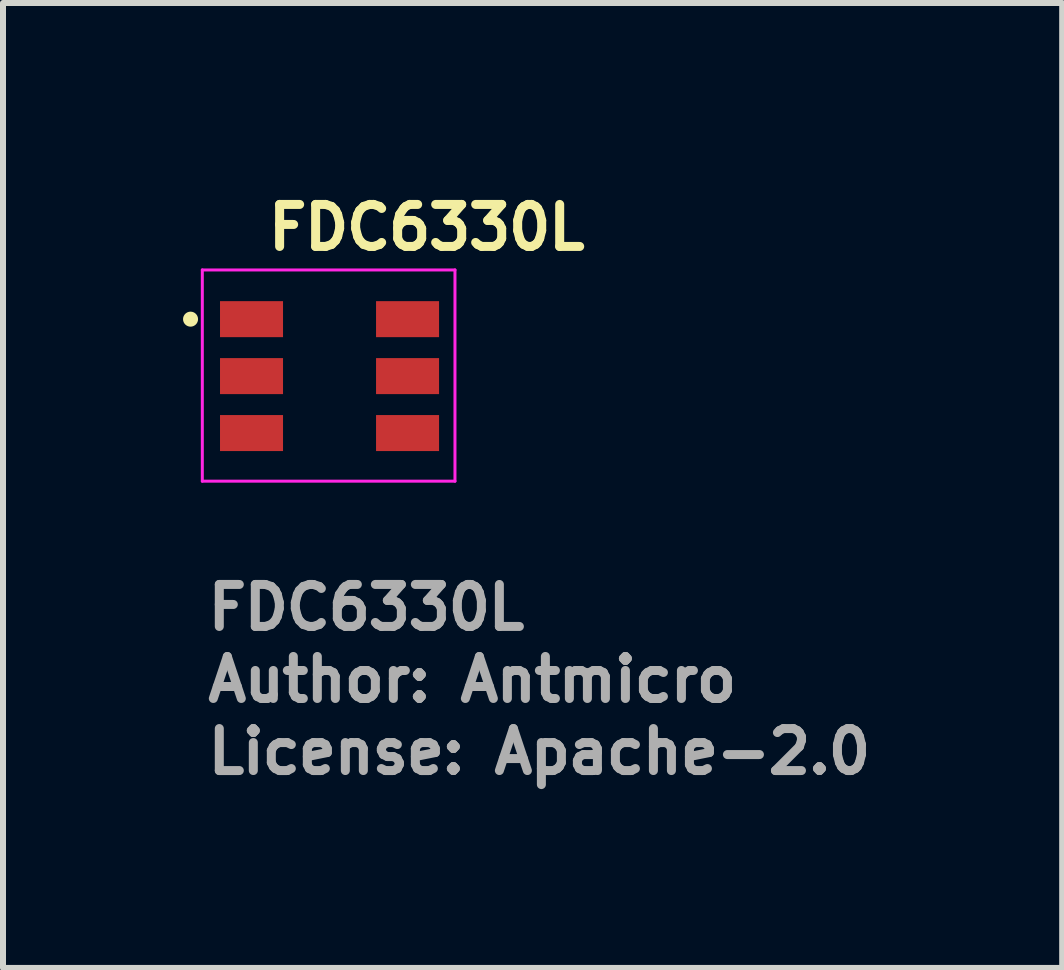
<source format=kicad_pcb>
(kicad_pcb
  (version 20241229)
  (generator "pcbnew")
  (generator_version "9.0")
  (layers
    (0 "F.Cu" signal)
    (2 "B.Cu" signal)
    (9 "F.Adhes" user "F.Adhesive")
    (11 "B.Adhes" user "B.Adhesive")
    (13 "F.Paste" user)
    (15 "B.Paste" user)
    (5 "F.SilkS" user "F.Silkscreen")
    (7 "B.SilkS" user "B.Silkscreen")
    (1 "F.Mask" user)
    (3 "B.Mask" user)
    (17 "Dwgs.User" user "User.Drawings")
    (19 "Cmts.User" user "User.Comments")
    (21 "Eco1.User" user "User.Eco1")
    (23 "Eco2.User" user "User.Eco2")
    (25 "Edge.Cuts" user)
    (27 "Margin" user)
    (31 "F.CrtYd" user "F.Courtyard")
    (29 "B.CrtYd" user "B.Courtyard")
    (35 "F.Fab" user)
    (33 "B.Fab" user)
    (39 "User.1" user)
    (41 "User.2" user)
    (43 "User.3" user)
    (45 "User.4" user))
  (footprint "FDC6330L"
    (layer "F.Cu")
    (at 1.141 2.268)
    (property "Reference" "FDC6330L" (at 0.203 -1.118 0) (layer "F.SilkS") (effects (font (size 0.7 0.7) (thickness 0.15)) (justify left bottom)))
    (attr smd)
    (fp_circle (center -1.016 0) (end -0.966 0) (stroke (width 0.15) (type solid)) (fill yes) (layer "F.SilkS"))
    (fp_line (start -0.82 -0.82) (end 3.39 -0.82) (stroke (width 0.05) (type solid)) (layer "F.CrtYd"))
    (fp_line (start -0.82 2.7) (end -0.82 -0.82) (stroke (width 0.05) (type solid)) (layer "F.CrtYd"))
    (fp_line (start 3.39 -0.82) (end 3.39 2.7) (stroke (width 0.05) (type solid)) (layer "F.CrtYd"))
    (fp_line (start 3.39 2.7) (end -0.82 2.7) (stroke (width 0.05) (type solid)) (layer "F.CrtYd"))
    (fp_rect (start -0.201 -0.552) (end 2.798 2.45) (stroke (width 0.1) (type solid)) (fill no) (layer "User.5"))
    (fp_line (start -0.201 -0.202) (end -0.072 -0.202) (stroke (width 0.02) (type solid)) (layer "User.9"))
    (fp_line (start -0.201 0.199) (end -0.201 -0.202) (stroke (width 0.02) (type solid)) (layer "User.9"))
    (fp_line (start -0.201 0.748) (end -0.072 0.748) (stroke (width 0.02) (type solid)) (layer "User.9"))
    (fp_line (start -0.201 1.148) (end -0.201 0.748) (stroke (width 0.02) (type solid)) (layer "User.9"))
    (fp_line (start -0.201 1.699) (end -0.072 1.699) (stroke (width 0.02) (type solid)) (layer "User.9"))
    (fp_line (start -0.201 2.099) (end -0.201 1.699) (stroke (width 0.02) (type solid)) (layer "User.9"))
    (fp_line (start -0.072 -0.202) (end 0.02 -0.202) (stroke (width 0.02) (type solid)) (layer "User.9"))
    (fp_line (start -0.072 0.199) (end -0.201 0.199) (stroke (width 0.02) (type solid)) (layer "User.9"))
    (fp_line (start -0.072 0.748) (end 0.02 0.748) (stroke (width 0.02) (type solid)) (layer "User.9"))
    (fp_line (start -0.072 1.148) (end -0.201 1.148) (stroke (width 0.02) (type solid)) (layer "User.9"))
    (fp_line (start -0.072 1.699) (end 0.02 1.699) (stroke (width 0.02) (type solid)) (layer "User.9"))
    (fp_line (start -0.072 2.099) (end -0.201 2.099) (stroke (width 0.02) (type solid)) (layer "User.9"))
    (fp_line (start 0.02 -0.202) (end 0.02 0.199) (stroke (width 0.02) (type solid)) (layer "User.9"))
    (fp_line (start 0.02 -0.202) (end 0.106 -0.202) (stroke (width 0.02) (type solid)) (layer "User.9"))
    (fp_line (start 0.02 0.199) (end -0.072 0.199) (stroke (width 0.02) (type solid)) (layer "User.9"))
    (fp_line (start 0.02 0.199) (end 0.106 0.199) (stroke (width 0.02) (type solid)) (layer "User.9"))
    (fp_line (start 0.02 0.748) (end 0.02 1.148) (stroke (width 0.02) (type solid)) (layer "User.9"))
    (fp_line (start 0.02 0.748) (end 0.106 0.748) (stroke (width 0.02) (type solid)) (layer "User.9"))
    (fp_line (start 0.02 1.148) (end -0.072 1.148) (stroke (width 0.02) (type solid)) (layer "User.9"))
    (fp_line (start 0.02 1.148) (end 0.106 1.148) (stroke (width 0.02) (type solid)) (layer "User.9"))
    (fp_line (start 0.02 1.699) (end 0.02 2.099) (stroke (width 0.02) (type solid)) (layer "User.9"))
    (fp_line (start 0.02 1.699) (end 0.106 1.699) (stroke (width 0.02) (type solid)) (layer "User.9"))
    (fp_line (start 0.02 2.099) (end -0.072 2.099) (stroke (width 0.02) (type solid)) (layer "User.9"))
    (fp_line (start 0.02 2.099) (end 0.106 2.099) (stroke (width 0.02) (type solid)) (layer "User.9"))
    (fp_line (start 0.106 -0.202) (end 0.106 -0.202) (stroke (width 0.02) (type solid)) (layer "User.9"))
    (fp_line (start 0.106 -0.202) (end 0.32 -0.202) (stroke (width 0.02) (type solid)) (layer "User.9"))
    (fp_line (start 0.106 0.199) (end 0.106 0.199) (stroke (width 0.02) (type solid)) (layer "User.9"))
    (fp_line (start 0.106 0.199) (end 0.32 0.199) (stroke (width 0.02) (type solid)) (layer "User.9"))
    (fp_line (start 0.106 0.748) (end 0.106 0.748) (stroke (width 0.02) (type solid)) (layer "User.9"))
    (fp_line (start 0.106 0.748) (end 0.32 0.748) (stroke (width 0.02) (type solid)) (layer "User.9"))
    (fp_line (start 0.106 1.148) (end 0.106 1.148) (stroke (width 0.02) (type solid)) (layer "User.9"))
    (fp_line (start 0.106 1.148) (end 0.32 1.148) (stroke (width 0.02) (type solid)) (layer "User.9"))
    (fp_line (start 0.106 1.699) (end 0.106 1.699) (stroke (width 0.02) (type solid)) (layer "User.9"))
    (fp_line (start 0.106 1.699) (end 0.32 1.699) (stroke (width 0.02) (type solid)) (layer "User.9"))
    (fp_line (start 0.106 2.099) (end 0.106 2.099) (stroke (width 0.02) (type solid)) (layer "User.9"))
    (fp_line (start 0.106 2.099) (end 0.32 2.099) (stroke (width 0.02) (type solid)) (layer "User.9"))
    (fp_line (start 0.32 -0.202) (end 0.45 -0.202) (stroke (width 0.02) (type solid)) (layer "User.9"))
    (fp_line (start 0.32 0.748) (end 0.45 0.748) (stroke (width 0.02) (type solid)) (layer "User.9"))
    (fp_line (start 0.32 1.699) (end 0.45 1.699) (stroke (width 0.02) (type solid)) (layer "User.9"))
    (fp_line (start 0.45 -0.552) (end 0.45 -0.552) (stroke (width 0.02) (type solid)) (layer "User.9"))
    (fp_line (start 0.45 -0.552) (end 0.45 2.45) (stroke (width 0.02) (type solid)) (layer "User.9"))
    (fp_line (start 0.45 -0.552) (end 2.149 -0.552) (stroke (width 0.02) (type solid)) (layer "User.9"))
    (fp_line (start 0.45 -0.552) (end 2.149 -0.552) (stroke (width 0.02) (type solid)) (layer "User.9"))
    (fp_line (start 0.45 0.199) (end 0.32 0.199) (stroke (width 0.02) (type solid)) (layer "User.9"))
    (fp_line (start 0.45 1.148) (end 0.32 1.148) (stroke (width 0.02) (type solid)) (layer "User.9"))
    (fp_line (start 0.45 2.099) (end 0.32 2.099) (stroke (width 0.02) (type solid)) (layer "User.9"))
    (fp_line (start 0.45 2.45) (end 2.149 2.45) (stroke (width 0.02) (type solid)) (layer "User.9"))
    (fp_line (start 0.499 -0.5) (end 0.45 -0.552) (stroke (width 0.02) (type solid)) (layer "User.9"))
    (fp_line (start 0.499 -0.5) (end 2.1 -0.5) (stroke (width 0.02) (type solid)) (layer "User.9"))
    (fp_line (start 0.499 2.398) (end 0.45 2.45) (stroke (width 0.02) (type solid)) (layer "User.9"))
    (fp_line (start 0.499 2.398) (end 0.499 -0.5) (stroke (width 0.02) (type solid)) (layer "User.9"))
    (fp_line (start 2.1 -0.5) (end 2.1 2.398) (stroke (width 0.02) (type solid)) (layer "User.9"))
    (fp_line (start 2.1 2.398) (end 0.499 2.398) (stroke (width 0.02) (type solid)) (layer "User.9"))
    (fp_line (start 2.1 2.398) (end 2.149 2.45) (stroke (width 0.02) (type solid)) (layer "User.9"))
    (fp_line (start 2.149 -0.552) (end 2.1 -0.5) (stroke (width 0.02) (type solid)) (layer "User.9"))
    (fp_line (start 2.149 -0.552) (end 2.149 2.448) (stroke (width 0.02) (type solid)) (layer "User.9"))
    (fp_line (start 2.149 1.699) (end 2.28 1.699) (stroke (width 0.02) (type solid)) (layer "User.9"))
    (fp_line (start 2.149 2.448) (end 2.149 2.448) (stroke (width 0.02) (type solid)) (layer "User.9"))
    (fp_line (start 2.149 2.45) (end 2.149 -0.552) (stroke (width 0.02) (type solid)) (layer "User.9"))
    (fp_line (start 2.28 -0.201) (end 2.149 -0.201) (stroke (width 0.02) (type solid)) (layer "User.9"))
    (fp_line (start 2.28 0.199) (end 2.149 0.199) (stroke (width 0.02) (type solid)) (layer "User.9"))
    (fp_line (start 2.28 0.199) (end 2.491 0.199) (stroke (width 0.02) (type solid)) (layer "User.9"))
    (fp_line (start 2.28 0.748) (end 2.149 0.748) (stroke (width 0.02) (type solid)) (layer "User.9"))
    (fp_line (start 2.28 1.148) (end 2.149 1.148) (stroke (width 0.02) (type solid)) (layer "User.9"))
    (fp_line (start 2.28 1.148) (end 2.491 1.148) (stroke (width 0.02) (type solid)) (layer "User.9"))
    (fp_line (start 2.28 2.099) (end 2.149 2.099) (stroke (width 0.02) (type solid)) (layer "User.9"))
    (fp_line (start 2.491 -0.201) (end 2.28 -0.201) (stroke (width 0.02) (type solid)) (layer "User.9"))
    (fp_line (start 2.491 -0.201) (end 2.491 -0.201) (stroke (width 0.02) (type solid)) (layer "User.9"))
    (fp_line (start 2.491 0.199) (end 2.491 0.199) (stroke (width 0.02) (type solid)) (layer "User.9"))
    (fp_line (start 2.491 0.199) (end 2.58 0.199) (stroke (width 0.02) (type solid)) (layer "User.9"))
    (fp_line (start 2.491 0.748) (end 2.28 0.748) (stroke (width 0.02) (type solid)) (layer "User.9"))
    (fp_line (start 2.491 0.748) (end 2.491 0.748) (stroke (width 0.02) (type solid)) (layer "User.9"))
    (fp_line (start 2.491 1.148) (end 2.491 1.148) (stroke (width 0.02) (type solid)) (layer "User.9"))
    (fp_line (start 2.491 1.148) (end 2.58 1.148) (stroke (width 0.02) (type solid)) (layer "User.9"))
    (fp_line (start 2.491 1.699) (end 2.28 1.699) (stroke (width 0.02) (type solid)) (layer "User.9"))
    (fp_line (start 2.491 1.699) (end 2.491 1.699) (stroke (width 0.02) (type solid)) (layer "User.9"))
    (fp_line (start 2.491 2.099) (end 2.28 2.099) (stroke (width 0.02) (type solid)) (layer "User.9"))
    (fp_line (start 2.491 2.099) (end 2.491 2.099) (stroke (width 0.02) (type solid)) (layer "User.9"))
    (fp_line (start 2.58 -0.201) (end 2.491 -0.201) (stroke (width 0.02) (type solid)) (layer "User.9"))
    (fp_line (start 2.58 -0.201) (end 2.58 0.199) (stroke (width 0.02) (type solid)) (layer "User.9"))
    (fp_line (start 2.58 0.199) (end 2.58 -0.201) (stroke (width 0.02) (type solid)) (layer "User.9"))
    (fp_line (start 2.58 0.748) (end 2.491 0.748) (stroke (width 0.02) (type solid)) (layer "User.9"))
    (fp_line (start 2.58 0.748) (end 2.58 1.148) (stroke (width 0.02) (type solid)) (layer "User.9"))
    (fp_line (start 2.58 1.148) (end 2.58 0.748) (stroke (width 0.02) (type solid)) (layer "User.9"))
    (fp_line (start 2.58 1.699) (end 2.491 1.699) (stroke (width 0.02) (type solid)) (layer "User.9"))
    (fp_line (start 2.58 1.699) (end 2.58 2.099) (stroke (width 0.02) (type solid)) (layer "User.9"))
    (fp_line (start 2.58 1.699) (end 2.669 1.699) (stroke (width 0.02) (type solid)) (layer "User.9"))
    (fp_line (start 2.58 2.099) (end 2.491 2.099) (stroke (width 0.02) (type solid)) (layer "User.9"))
    (fp_line (start 2.58 2.099) (end 2.58 1.699) (stroke (width 0.02) (type solid)) (layer "User.9"))
    (fp_line (start 2.669 -0.201) (end 2.58 -0.201) (stroke (width 0.02) (type solid)) (layer "User.9"))
    (fp_line (start 2.669 0.199) (end 2.58 0.199) (stroke (width 0.02) (type solid)) (layer "User.9"))
    (fp_line (start 2.669 0.748) (end 2.58 0.748) (stroke (width 0.02) (type solid)) (layer "User.9"))
    (fp_line (start 2.669 1.148) (end 2.58 1.148) (stroke (width 0.02) (type solid)) (layer "User.9"))
    (fp_line (start 2.669 1.699) (end 2.798 1.699) (stroke (width 0.02) (type solid)) (layer "User.9"))
    (fp_line (start 2.669 2.099) (end 2.58 2.099) (stroke (width 0.02) (type solid)) (layer "User.9"))
    (fp_line (start 2.798 -0.201) (end 2.669 -0.201) (stroke (width 0.02) (type solid)) (layer "User.9"))
    (fp_line (start 2.798 -0.201) (end 2.798 0.199) (stroke (width 0.02) (type solid)) (layer "User.9"))
    (fp_line (start 2.798 0.199) (end 2.669 0.199) (stroke (width 0.02) (type solid)) (layer "User.9"))
    (fp_line (start 2.798 0.748) (end 2.669 0.748) (stroke (width 0.02) (type solid)) (layer "User.9"))
    (fp_line (start 2.798 0.748) (end 2.798 1.148) (stroke (width 0.02) (type solid)) (layer "User.9"))
    (fp_line (start 2.798 1.148) (end 2.669 1.148) (stroke (width 0.02) (type solid)) (layer "User.9"))
    (fp_line (start 2.798 1.699) (end 2.798 2.099) (stroke (width 0.02) (type solid)) (layer "User.9"))
    (fp_line (start 2.798 2.099) (end 2.669 2.099) (stroke (width 0.02) (type solid)) (layer "User.9"))
    (fp_text user "${REFERENCE}" (at -0.802 5.214 0) (layer "F.Fab") (effects (font (size 0.7 0.7) (thickness 0.15)) (justify left bottom)))
    (fp_text user "License: Apache-2.0" (at -0.802 7.615 0) (layer "F.Fab") (effects (font (size 0.7 0.7) (thickness 0.15)) (justify left bottom)))
    (fp_text user "Author: Antmicro" (at -0.802 6.414 0) (layer "F.Fab") (effects (font (size 0.7 0.7) (thickness 0.15)) (justify left bottom)))
    (pad "1" smd rect (at 0 0) (size 1.05 0.6) (layers "F.Cu" "F.Mask" "F.Paste"))
    (pad "2" smd rect (at 0 0.949) (size 1.05 0.6) (layers "F.Cu" "F.Mask" "F.Paste"))
    (pad "3" smd rect (at 0 1.898) (size 1.05 0.6) (layers "F.Cu" "F.Mask" "F.Paste"))
    (pad "4" smd rect (at 2.6 1.898) (size 1.05 0.6) (layers "F.Cu" "F.Mask" "F.Paste"))
    (pad "5" smd rect (at 2.6 0.949) (size 1.05 0.6) (layers "F.Cu" "F.Mask" "F.Paste"))
    (pad "6" smd rect (at 2.6 0) (size 1.05 0.6) (layers "F.Cu" "F.Mask" "F.Paste")))
  (gr_rect
    (start -3 -3)
    (end 14.649 13.078)
    (stroke (width 0.1) (type default))
    (fill no)
    (layer "Edge.Cuts")))
</source>
